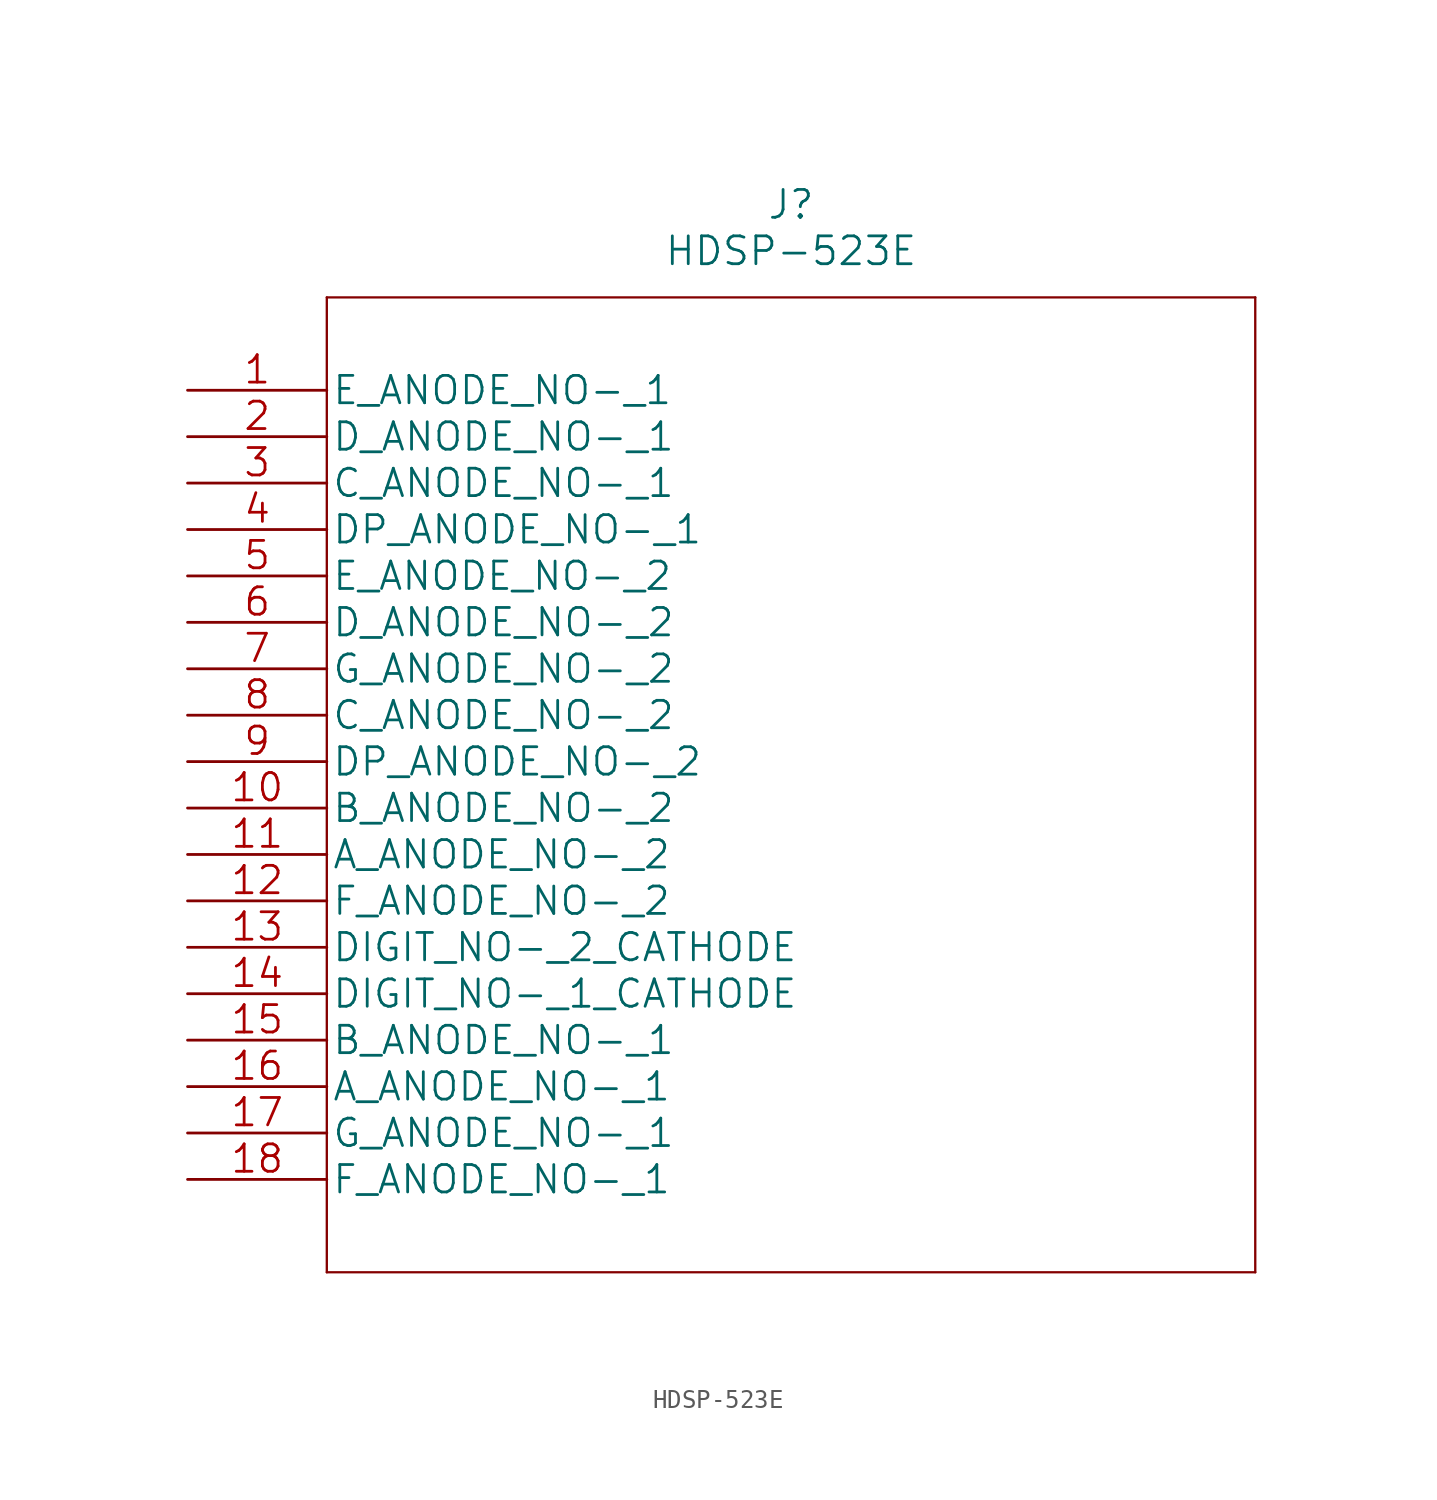
<source format=kicad_sym>
(kicad_symbol_lib
  (version 20211014)
  (generator kicad_symbol_editor)
  (symbol "HDSP-523E"
    (pin_names
      (offset 0.254))
    (property "Reference" "J"
      (at 33.02 10.16 0)
      (effects (font (size 1.524 1.524))))
    (property "Value" "HDSP-523E"
      (at 33.02 7.62 0)
      (effects (font (size 1.524 1.524))))
    (property "Datasheet" ""
      (at 0 0 0)
      (effects (font (size 1.524 1.524))))
    (property "ki_locked" ""
      (at 0 0 0)
      (effects (font (size 1.27 1.27))))
    (symbol "HDSP-523E_1_1"
      (polyline (pts (xy 7.62 -48.26) (xy 58.42 -48.26)) (stroke (width 0.127) (type default) (color 0 0 0 0)) (fill (type none)))
      (polyline (pts (xy 7.62 5.08) (xy 7.62 -48.26)) (stroke (width 0.127) (type default) (color 0 0 0 0)) (fill (type none)))
      (polyline (pts (xy 58.42 -48.26) (xy 58.42 5.08)) (stroke (width 0.127) (type default) (color 0 0 0 0)) (fill (type none)))
      (polyline (pts (xy 58.42 5.08) (xy 7.62 5.08)) (stroke (width 0.127) (type default) (color 0 0 0 0)) (fill (type none)))
      (pin bidirectional line (at 0 0 0) (length 7.62) (name "E_ANODE_NO-_1" (effects (font (size 1.499 1.499)))) (number "1" (effects (font (size 1.499 1.499)))))
      (pin bidirectional line (at 0 -22.86 0) (length 7.62) (name "B_ANODE_NO-_2" (effects (font (size 1.499 1.499)))) (number "10" (effects (font (size 1.499 1.499)))))
      (pin bidirectional line (at 0 -25.4 0) (length 7.62) (name "A_ANODE_NO-_2" (effects (font (size 1.499 1.499)))) (number "11" (effects (font (size 1.499 1.499)))))
      (pin bidirectional line (at 0 -27.94 0) (length 7.62) (name "F_ANODE_NO-_2" (effects (font (size 1.499 1.499)))) (number "12" (effects (font (size 1.499 1.499)))))
      (pin bidirectional line (at 0 -30.48 0) (length 7.62) (name "DIGIT_NO-_2_CATHODE" (effects (font (size 1.499 1.499)))) (number "13" (effects (font (size 1.499 1.499)))))
      (pin bidirectional line (at 0 -33.02 0) (length 7.62) (name "DIGIT_NO-_1_CATHODE" (effects (font (size 1.499 1.499)))) (number "14" (effects (font (size 1.499 1.499)))))
      (pin bidirectional line (at 0 -35.56 0) (length 7.62) (name "B_ANODE_NO-_1" (effects (font (size 1.499 1.499)))) (number "15" (effects (font (size 1.499 1.499)))))
      (pin bidirectional line (at 0 -38.1 0) (length 7.62) (name "A_ANODE_NO-_1" (effects (font (size 1.499 1.499)))) (number "16" (effects (font (size 1.499 1.499)))))
      (pin bidirectional line (at 0 -40.64 0) (length 7.62) (name "G_ANODE_NO-_1" (effects (font (size 1.499 1.499)))) (number "17" (effects (font (size 1.499 1.499)))))
      (pin bidirectional line (at 0 -43.18 0) (length 7.62) (name "F_ANODE_NO-_1" (effects (font (size 1.499 1.499)))) (number "18" (effects (font (size 1.499 1.499)))))
      (pin bidirectional line (at 0 -2.54 0) (length 7.62) (name "D_ANODE_NO-_1" (effects (font (size 1.499 1.499)))) (number "2" (effects (font (size 1.499 1.499)))))
      (pin bidirectional line (at 0 -5.08 0) (length 7.62) (name "C_ANODE_NO-_1" (effects (font (size 1.499 1.499)))) (number "3" (effects (font (size 1.499 1.499)))))
      (pin bidirectional line (at 0 -7.62 0) (length 7.62) (name "DP_ANODE_NO-_1" (effects (font (size 1.499 1.499)))) (number "4" (effects (font (size 1.499 1.499)))))
      (pin bidirectional line (at 0 -10.16 0) (length 7.62) (name "E_ANODE_NO-_2" (effects (font (size 1.499 1.499)))) (number "5" (effects (font (size 1.499 1.499)))))
      (pin bidirectional line (at 0 -12.7 0) (length 7.62) (name "D_ANODE_NO-_2" (effects (font (size 1.499 1.499)))) (number "6" (effects (font (size 1.499 1.499)))))
      (pin unspecified line (at 0 -15.24 0) (length 7.62) (name "G_ANODE_NO-_2" (effects (font (size 1.499 1.499)))) (number "7" (effects (font (size 1.499 1.499)))))
      (pin bidirectional line (at 0 -17.78 0) (length 7.62) (name "C_ANODE_NO-_2" (effects (font (size 1.499 1.499)))) (number "8" (effects (font (size 1.499 1.499)))))
      (pin bidirectional line (at 0 -20.32 0) (length 7.62) (name "DP_ANODE_NO-_2" (effects (font (size 1.499 1.499)))) (number "9" (effects (font (size 1.499 1.499))))))))
</source>
